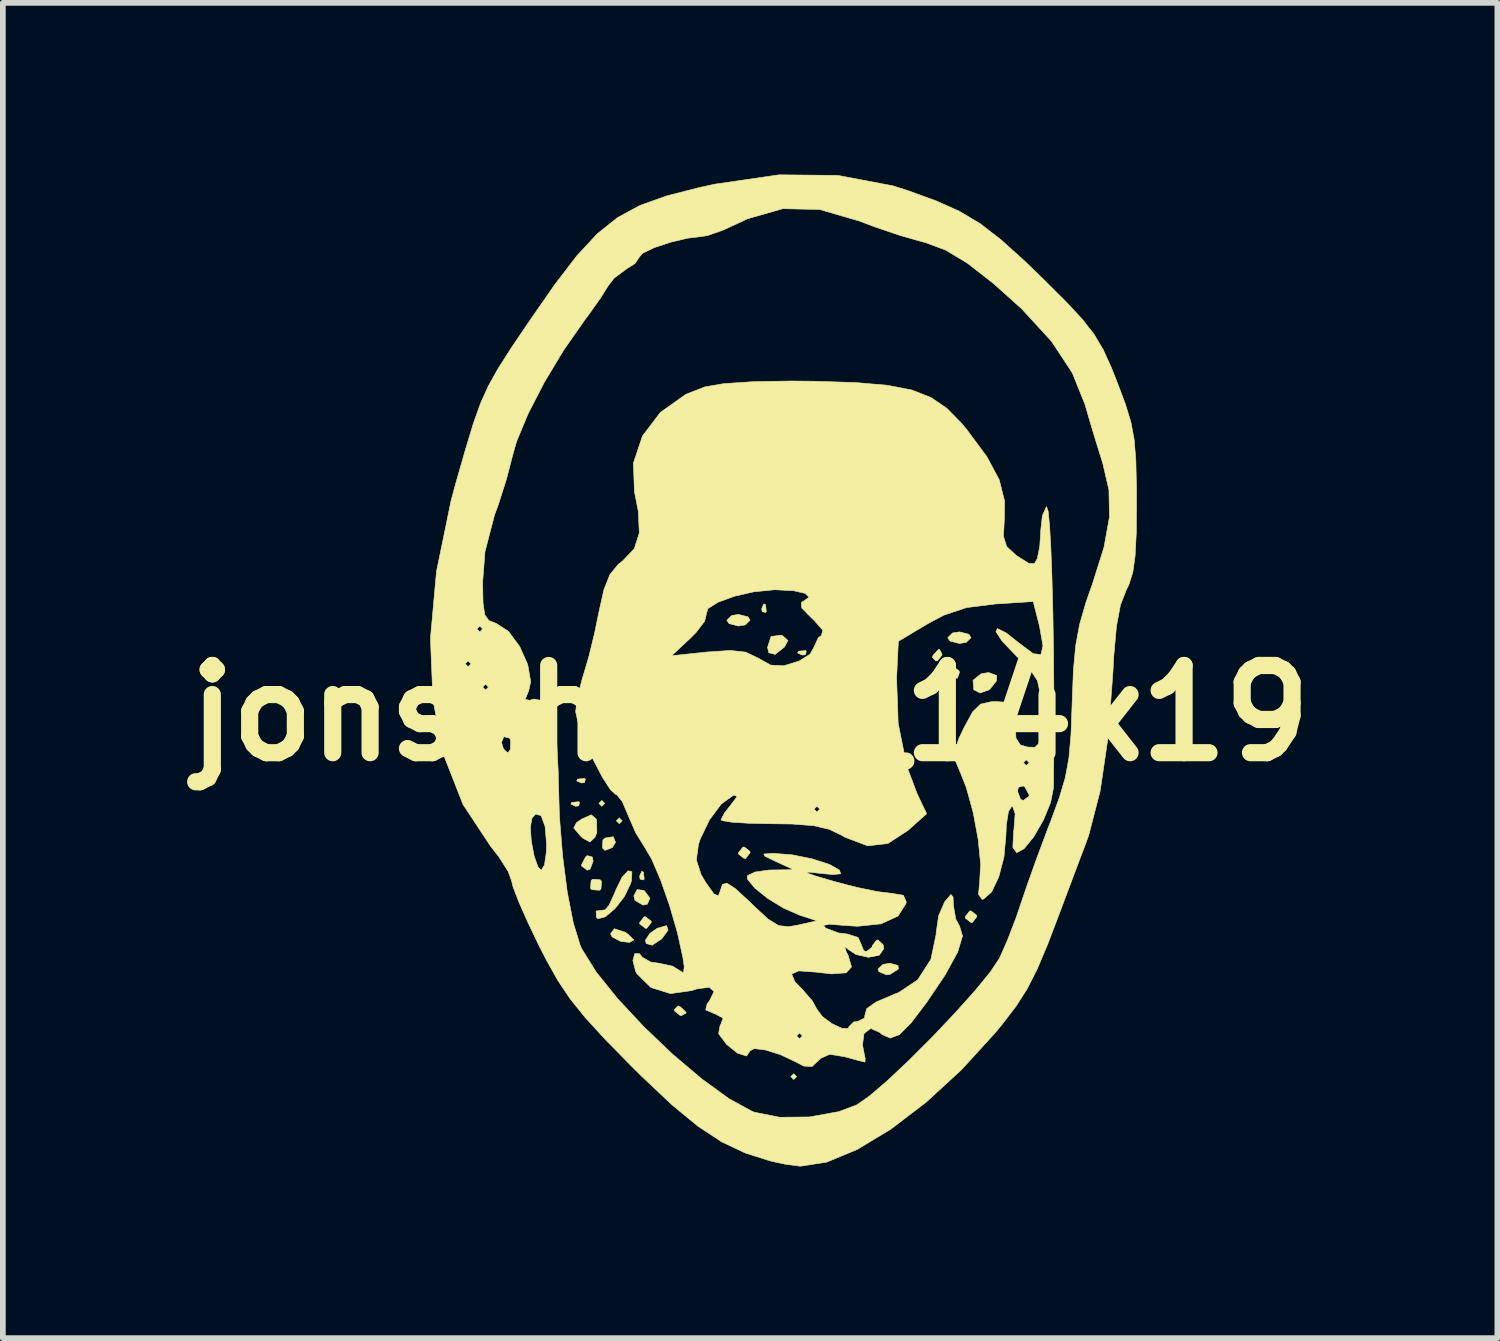
<source format=kicad_pcb>
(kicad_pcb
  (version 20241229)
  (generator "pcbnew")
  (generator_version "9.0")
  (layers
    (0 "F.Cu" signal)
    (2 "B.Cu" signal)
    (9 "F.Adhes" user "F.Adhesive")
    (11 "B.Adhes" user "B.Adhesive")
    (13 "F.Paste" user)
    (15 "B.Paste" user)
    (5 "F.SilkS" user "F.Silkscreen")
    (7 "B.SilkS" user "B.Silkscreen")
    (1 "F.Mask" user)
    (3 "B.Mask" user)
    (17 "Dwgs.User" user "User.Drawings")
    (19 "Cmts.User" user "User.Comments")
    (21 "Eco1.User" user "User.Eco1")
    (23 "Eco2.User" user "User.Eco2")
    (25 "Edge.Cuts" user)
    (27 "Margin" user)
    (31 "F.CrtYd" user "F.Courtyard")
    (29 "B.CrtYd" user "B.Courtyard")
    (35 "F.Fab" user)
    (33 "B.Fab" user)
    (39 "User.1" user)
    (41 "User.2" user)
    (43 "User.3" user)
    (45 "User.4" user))
  (footprint "jons_head_14x19"
    (layer "F.Cu")
    (at 10.058 9.414)
    (property "Reference" "jons_head_14x19" (at 0 0 0) (layer "F.SilkS") (effects (font (size 1.524 1.524) (thickness 0.3))))
    (attr through_hole)
    (fp_poly (pts (xy -2.54 1.575) (xy -2.591 1.626) (xy -2.642 1.575) (xy -2.591 1.524) (xy -2.54 1.575)) (stroke (width 0.01) (type solid)) (fill yes) (layer "F.SilkS"))
    (fp_poly (pts (xy -2.235 1.88) (xy -2.286 1.93) (xy -2.337 1.88) (xy -2.286 1.829) (xy -2.235 1.88)) (stroke (width 0.01) (type solid)) (fill yes) (layer "F.SilkS"))
    (fp_poly (pts (xy 0.813 6.35) (xy 0.762 6.401) (xy 0.711 6.35) (xy 0.762 6.299) (xy 0.813 6.35)) (stroke (width 0.01) (type solid)) (fill yes) (layer "F.SilkS"))
    (fp_poly (pts (xy -2.98 1.558) (xy -2.994 1.618) (xy -3.048 1.626) (xy -3.132 1.588) (xy -3.116 1.558) (xy -2.995 1.546) (xy -2.98 1.558)) (stroke (width 0.01) (type solid)) (fill yes) (layer "F.SilkS"))
    (fp_poly (pts (xy -2.879 1.151) (xy -2.893 1.212) (xy -2.946 1.219) (xy -3.03 1.182) (xy -3.014 1.151) (xy -2.894 1.139) (xy -2.879 1.151)) (stroke (width 0.01) (type solid)) (fill yes) (layer "F.SilkS"))
    (fp_poly (pts (xy -1.863 2.777) (xy -1.851 2.898) (xy -1.863 2.913) (xy -1.923 2.899) (xy -1.93 2.845) (xy -1.893 2.761) (xy -1.863 2.777)) (stroke (width 0.01) (type solid)) (fill yes) (layer "F.SilkS"))
    (fp_poly (pts (xy 0.271 -1.897) (xy 0.283 -1.776) (xy 0.271 -1.761) (xy 0.211 -1.775) (xy 0.203 -1.829) (xy 0.24 -1.912) (xy 0.271 -1.897)) (stroke (width 0.01) (type solid)) (fill yes) (layer "F.SilkS"))
    (fp_poly (pts (xy 0.982 -1.084) (xy 0.968 -1.023) (xy 0.914 -1.016) (xy 0.831 -1.053) (xy 0.847 -1.084) (xy 0.967 -1.096) (xy 0.982 -1.084)) (stroke (width 0.01) (type solid)) (fill yes) (layer "F.SilkS"))
    (fp_poly (pts (xy -2.352 2.256) (xy -2.408 2.347) (xy -2.536 2.397) (xy -2.581 2.353) (xy -2.572 2.215) (xy -2.535 2.181) (xy -2.391 2.158) (xy -2.352 2.256)) (stroke (width 0.01) (type solid)) (fill yes) (layer "F.SilkS"))
    (fp_poly (pts (xy -1.851 3.098) (xy -1.75 3.232) (xy -1.795 3.336) (xy -1.871 3.353) (xy -2.011 3.271) (xy -2.032 3.192) (xy -1.973 3.081) (xy -1.851 3.098)) (stroke (width 0.01) (type solid)) (fill yes) (layer "F.SilkS"))
    (fp_poly (pts (xy -2.758 2.512) (xy -2.743 2.585) (xy -2.796 2.724) (xy -2.845 2.743) (xy -2.943 2.67) (xy -2.946 2.648) (xy -2.873 2.51) (xy -2.845 2.489) (xy -2.758 2.512)) (stroke (width 0.01) (type solid)) (fill yes) (layer "F.SilkS"))
    (fp_poly (pts (xy -2.619 2.911) (xy -2.596 2.938) (xy -2.606 3.071) (xy -2.633 3.093) (xy -2.766 3.083) (xy -2.789 3.057) (xy -2.778 2.924) (xy -2.752 2.901) (xy -2.619 2.911)) (stroke (width 0.01) (type solid)) (fill yes) (layer "F.SilkS"))
    (fp_poly (pts (xy -2.186 3.827) (xy -2.137 3.857) (xy -2.032 3.961) (xy -2.106 4.005) (xy -2.261 3.987) (xy -2.411 3.909) (xy -2.438 3.853) (xy -2.372 3.766) (xy -2.186 3.827)) (stroke (width 0.01) (type solid)) (fill yes) (layer "F.SilkS"))
    (fp_poly (pts (xy -1.73 3.633) (xy -1.727 3.658) (xy -1.805 3.756) (xy -1.829 3.759) (xy -1.927 3.682) (xy -1.93 3.658) (xy -1.853 3.559) (xy -1.829 3.556) (xy -1.73 3.633)) (stroke (width 0.01) (type solid)) (fill yes) (layer "F.SilkS"))
    (fp_poly (pts (xy -1.433 3.789) (xy -1.544 3.942) (xy -1.712 4.054) (xy -1.816 4.024) (xy -1.829 3.966) (xy -1.75 3.846) (xy -1.626 3.759) (xy -1.46 3.711) (xy -1.433 3.789)) (stroke (width 0.01) (type solid)) (fill yes) (layer "F.SilkS"))
    (fp_poly (pts (xy -1.219 5.131) (xy -1.122 5.222) (xy -1.118 5.238) (xy -1.196 5.282) (xy -1.219 5.283) (xy -1.317 5.205) (xy -1.321 5.176) (xy -1.259 5.115) (xy -1.219 5.131)) (stroke (width 0.01) (type solid)) (fill yes) (layer "F.SilkS"))
    (fp_poly (pts (xy -0.038 -1.685) (xy 0 -1.626) (xy -0.085 -1.543) (xy -0.203 -1.524) (xy -0.368 -1.567) (xy -0.406 -1.626) (xy -0.321 -1.708) (xy -0.203 -1.727) (xy -0.038 -1.685)) (stroke (width 0.01) (type solid)) (fill yes) (layer "F.SilkS"))
    (fp_poly (pts (xy -0.003 2.414) (xy 0 2.438) (xy -0.077 2.537) (xy -0.102 2.54) (xy -0.2 2.463) (xy -0.203 2.438) (xy -0.126 2.34) (xy -0.102 2.337) (xy -0.003 2.414)) (stroke (width 0.01) (type solid)) (fill yes) (layer "F.SilkS"))
    (fp_poly (pts (xy 0.571 -1.353) (xy 0.661 -1.271) (xy 0.6 -1.157) (xy 0.438 -1.029) (xy 0.327 -1.057) (xy 0.305 -1.151) (xy 0.366 -1.341) (xy 0.538 -1.364) (xy 0.571 -1.353)) (stroke (width 0.01) (type solid)) (fill yes) (layer "F.SilkS"))
    (fp_poly (pts (xy 2.585 4.408) (xy 2.591 4.47) (xy 2.444 4.564) (xy 2.382 4.572) (xy 2.25 4.515) (xy 2.235 4.47) (xy 2.321 4.389) (xy 2.444 4.369) (xy 2.585 4.408)) (stroke (width 0.01) (type solid)) (fill yes) (layer "F.SilkS"))
    (fp_poly (pts (xy 3.352 -1.039) (xy 3.353 -1.016) (xy 3.275 -0.918) (xy 3.245 -0.914) (xy 3.185 -0.977) (xy 3.2 -1.016) (xy 3.292 -1.113) (xy 3.308 -1.118) (xy 3.352 -1.039)) (stroke (width 0.01) (type solid)) (fill yes) (layer "F.SilkS"))
    (fp_poly (pts (xy 3.653 -0.739) (xy 3.658 -0.711) (xy 3.623 -0.612) (xy 3.613 -0.61) (xy 3.526 -0.681) (xy 3.505 -0.711) (xy 3.513 -0.805) (xy 3.55 -0.813) (xy 3.653 -0.739)) (stroke (width 0.01) (type solid)) (fill yes) (layer "F.SilkS"))
    (fp_poly (pts (xy 3.823 -1.38) (xy 3.861 -1.321) (xy 3.776 -1.238) (xy 3.658 -1.219) (xy 3.493 -1.262) (xy 3.454 -1.321) (xy 3.539 -1.403) (xy 3.658 -1.422) (xy 3.823 -1.38)) (stroke (width 0.01) (type solid)) (fill yes) (layer "F.SilkS"))
    (fp_poly (pts (xy 3.959 3.532) (xy 3.962 3.556) (xy 3.885 3.655) (xy 3.861 3.658) (xy 3.762 3.58) (xy 3.759 3.556) (xy 3.837 3.457) (xy 3.861 3.454) (xy 3.959 3.532)) (stroke (width 0.01) (type solid)) (fill yes) (layer "F.SilkS"))
    (fp_poly (pts (xy 4.31 -0.659) (xy 4.307 -0.567) (xy 4.183 -0.412) (xy 4.019 -0.354) (xy 3.909 -0.411) (xy 3.896 -0.576) (xy 4.038 -0.69) (xy 4.168 -0.711) (xy 4.31 -0.659)) (stroke (width 0.01) (type solid)) (fill yes) (layer "F.SilkS"))
    (fp_poly (pts (xy -2.692 1.845) (xy -2.682 1.871) (xy -2.678 2.085) (xy -2.709 2.164) (xy -2.797 2.251) (xy -2.919 2.186) (xy -2.967 2.141) (xy -3.082 2.005) (xy -3.033 1.911) (xy -2.939 1.848) (xy -2.775 1.775) (xy -2.692 1.845)) (stroke (width 0.01) (type solid)) (fill yes) (layer "F.SilkS"))
    (fp_poly (pts (xy -2.065 2.768) (xy -2.074 2.928) (xy -2.086 2.972) (xy -2.195 3.2) (xy -2.358 3.411) (xy -2.528 3.556) (xy -2.658 3.591) (xy -2.686 3.567) (xy -2.691 3.456) (xy -2.533 3.436) (xy -2.464 3.355) (xy -2.369 3.147) (xy -2.348 3.093) (xy -2.238 2.867) (xy -2.132 2.753) (xy -2.065 2.768)) (stroke (width 0.01) (type solid)) (fill yes) (layer "F.SilkS"))
    (fp_poly (pts (xy 1.533 -9.399) (xy 2.495 -9.217) (xy 2.75 -9.136) (xy 3.253 -8.953) (xy 3.66 -8.771) (xy 4.02 -8.556) (xy 4.383 -8.276) (xy 4.801 -7.899) (xy 5.115 -7.595) (xy 5.518 -7.194) (xy 5.807 -6.884) (xy 6.013 -6.619) (xy 6.171 -6.353) (xy 6.314 -6.038) (xy 6.412 -5.791) (xy 6.558 -5.403) (xy 6.655 -5.086) (xy 6.712 -4.781) (xy 6.741 -4.422) (xy 6.752 -3.948) (xy 6.753 -3.708) (xy 6.749 -3.148) (xy 6.728 -2.748) (xy 6.688 -2.463) (xy 6.621 -2.251) (xy 6.573 -2.152) (xy 6.472 -1.892) (xy 6.402 -1.518) (xy 6.355 -0.993) (xy 6.341 -0.73) (xy 6.258 0.405) (xy 6.117 1.361) (xy 5.918 2.13) (xy 5.862 2.286) (xy 5.719 2.663) (xy 5.548 3.118) (xy 5.422 3.454) (xy 5.202 4.034) (xy 5.018 4.47) (xy 4.843 4.814) (xy 4.65 5.117) (xy 4.412 5.428) (xy 4.28 5.588) (xy 3.692 6.232) (xy 3.076 6.798) (xy 2.46 7.268) (xy 1.872 7.623) (xy 1.338 7.845) (xy 0.885 7.915) (xy 0.864 7.914) (xy 0.616 7.881) (xy 0.356 7.825) (xy -0.085 7.685) (xy -0.495 7.491) (xy -0.91 7.218) (xy -1.367 6.842) (xy -1.901 6.338) (xy -2.082 6.158) (xy -2.541 5.69) (xy -2.884 5.315) (xy -3.146 4.989) (xy -3.361 4.668) (xy -3.564 4.305) (xy -3.687 4.064) (xy -3.886 3.649) (xy -4.045 3.289) (xy -4.144 3.029) (xy -4.167 2.931) (xy -4.228 2.764) (xy -4.388 2.512) (xy -4.537 2.321) (xy -4.754 1.992) (xy -3.84 1.992) (xy -3.823 2.24) (xy -3.773 2.499) (xy -3.705 2.69) (xy -3.649 2.743) (xy -3.593 2.652) (xy -3.56 2.423) (xy -3.556 2.292) (xy -3.583 1.976) (xy -3.652 1.79) (xy -3.748 1.762) (xy -3.811 1.831) (xy -3.84 1.992) (xy -4.754 1.992) (xy -5.017 1.594) (xy -5.323 0.813) (xy -3.962 0.813) (xy -3.885 0.911) (xy -3.861 0.914) (xy -3.762 0.837) (xy -3.759 0.813) (xy -3.837 0.714) (xy -3.861 0.711) (xy -3.959 0.789) (xy -3.962 0.813) (xy -5.323 0.813) (xy -5.352 0.737) (xy -5.397 0.511) (xy -4.344 0.511) (xy -4.31 0.623) (xy -4.232 0.7) (xy -4.187 0.624) (xy -4.186 0.465) (xy -4.206 0.434) (xy -4.304 0.41) (xy -4.344 0.511) (xy -5.397 0.511) (xy -5.543 -0.236) (xy -5.551 -0.457) (xy -4.674 -0.457) (xy -4.623 -0.406) (xy -4.572 -0.457) (xy -4.623 -0.508) (xy -4.674 -0.457) (xy -5.551 -0.457) (xy -5.568 -0.864) (xy -4.978 -0.864) (xy -4.928 -0.813) (xy -4.877 -0.864) (xy -4.928 -0.914) (xy -4.978 -0.864) (xy -5.568 -0.864) (xy -5.586 -1.313) (xy -5.571 -1.473) (xy -4.775 -1.473) (xy -4.724 -1.422) (xy -4.674 -1.473) (xy -4.724 -1.524) (xy -4.775 -1.473) (xy -5.571 -1.473) (xy -5.498 -2.284) (xy -4.674 -2.284) (xy -4.667 -1.927) (xy -4.637 -1.722) (xy -4.566 -1.62) (xy -4.437 -1.57) (xy -4.437 -1.57) (xy -4.222 -1.431) (xy -4.027 -1.167) (xy -3.886 -0.851) (xy -3.834 -0.553) (xy -3.869 -0.392) (xy -3.93 -0.244) (xy -3.855 -0.226) (xy -3.779 -0.248) (xy -3.598 -0.215) (xy -3.466 0.013) (xy -3.384 0.432) (xy -3.352 1.04) (xy -3.352 1.107) (xy -3.332 1.801) (xy -3.277 2.49) (xy -3.195 3.126) (xy -3.09 3.663) (xy -2.97 4.054) (xy -2.943 4.115) (xy -2.691 4.521) (xy -2.315 4.988) (xy -1.855 5.481) (xy -1.351 5.962) (xy -0.842 6.392) (xy -0.367 6.737) (xy 0.035 6.957) (xy 0.077 6.973) (xy 0.516 7.06) (xy 1.038 7.055) (xy 1.55 6.962) (xy 1.863 6.845) (xy 2.084 6.691) (xy 2.402 6.419) (xy 2.78 6.062) (xy 3.184 5.658) (xy 3.578 5.242) (xy 3.929 4.851) (xy 4.2 4.519) (xy 4.357 4.284) (xy 4.358 4.283) (xy 4.498 3.966) (xy 4.65 3.569) (xy 4.723 3.353) (xy 4.845 2.995) (xy 5.011 2.531) (xy 5.192 2.045) (xy 5.25 1.896) (xy 5.405 1.473) (xy 5.509 1.123) (xy 5.572 0.777) (xy 5.608 0.366) (xy 5.628 -0.179) (xy 5.628 -0.186) (xy 5.65 -0.751) (xy 5.69 -1.183) (xy 5.759 -1.555) (xy 5.869 -1.936) (xy 5.98 -2.252) (xy 6.184 -2.897) (xy 6.28 -3.428) (xy 6.271 -3.902) (xy 6.162 -4.373) (xy 6.156 -4.391) (xy 6.044 -4.75) (xy 5.916 -5.177) (xy 5.854 -5.393) (xy 5.63 -5.95) (xy 5.267 -6.5) (xy 4.746 -7.068) (xy 4.255 -7.508) (xy 3.799 -7.864) (xy 3.419 -8.093) (xy 3.061 -8.226) (xy 3.02 -8.236) (xy 2.625 -8.348) (xy 2.171 -8.502) (xy 1.914 -8.6) (xy 1.216 -8.803) (xy 0.571 -8.817) (xy -0.043 -8.642) (xy -0.161 -8.586) (xy -0.472 -8.443) (xy -0.733 -8.351) (xy -0.837 -8.332) (xy -1.092 -8.302) (xy -1.393 -8.23) (xy -1.676 -8.136) (xy -1.875 -8.04) (xy -1.93 -7.979) (xy -2.012 -7.858) (xy -2.151 -7.771) (xy -2.376 -7.604) (xy -2.481 -7.468) (xy -2.607 -7.266) (xy -2.802 -6.99) (xy -2.9 -6.858) (xy -3.261 -6.34) (xy -3.598 -5.78) (xy -3.88 -5.232) (xy -4.08 -4.751) (xy -4.149 -4.51) (xy -4.257 -4.092) (xy -4.402 -3.638) (xy -4.466 -3.465) (xy -4.633 -2.823) (xy -4.674 -2.284) (xy -5.498 -2.284) (xy -5.48 -2.478) (xy -5.225 -3.717) (xy -5.145 -4.013) (xy -4.973 -4.612) (xy -4.836 -5.064) (xy -4.71 -5.417) (xy -4.573 -5.72) (xy -4.405 -6.021) (xy -4.184 -6.368) (xy -3.886 -6.81) (xy -3.871 -6.832) (xy -3.415 -7.488) (xy -3.027 -7.995) (xy -2.671 -8.378) (xy -2.314 -8.663) (xy -1.92 -8.876) (xy -1.454 -9.042) (xy -0.882 -9.188) (xy -0.609 -9.247) (xy 0.506 -9.409) (xy 1.533 -9.399)) (stroke (width 0.01) (type solid)) (fill yes) (layer "F.SilkS"))
    (fp_poly (pts (xy 1.118 -5.802) (xy 1.842 -5.779) (xy 2.4 -5.731) (xy 2.828 -5.648) (xy 3.162 -5.517) (xy 3.439 -5.328) (xy 3.694 -5.068) (xy 3.779 -4.967) (xy 4.138 -4.483) (xy 4.354 -4.078) (xy 4.447 -3.708) (xy 4.443 -3.385) (xy 4.427 -3.093) (xy 4.483 -2.914) (xy 4.643 -2.765) (xy 4.675 -2.742) (xy 4.871 -2.618) (xy 4.969 -2.616) (xy 5.019 -2.701) (xy 5.062 -2.912) (xy 5.08 -3.198) (xy 5.08 -3.203) (xy 5.108 -3.453) (xy 5.175 -3.602) (xy 5.182 -3.607) (xy 5.209 -3.527) (xy 5.234 -3.271) (xy 5.257 -2.866) (xy 5.276 -2.339) (xy 5.292 -1.718) (xy 5.303 -1.029) (xy 5.309 -0.301) (xy 5.31 0.441) (xy 5.303 1.169) (xy 5.301 1.306) (xy 5.25 1.566) (xy 5.124 1.87) (xy 4.958 2.158) (xy 4.788 2.367) (xy 4.659 2.438) (xy 4.592 2.345) (xy 4.605 2.068) (xy 4.611 2.032) (xy 4.632 1.756) (xy 4.589 1.63) (xy 4.573 1.626) (xy 4.515 1.717) (xy 4.478 1.951) (xy 4.47 2.139) (xy 4.436 2.515) (xy 4.345 2.862) (xy 4.22 3.124) (xy 4.079 3.248) (xy 4.053 3.251) (xy 3.992 3.165) (xy 4.011 2.955) (xy 4.029 2.641) (xy 3.987 2.211) (xy 3.9 1.74) (xy 3.797 1.366) (xy 4.674 1.366) (xy 4.727 1.505) (xy 4.775 1.524) (xy 4.874 1.451) (xy 4.877 1.428) (xy 4.803 1.291) (xy 4.775 1.27) (xy 4.688 1.293) (xy 4.674 1.366) (xy 3.797 1.366) (xy 3.78 1.304) (xy 3.683 1.056) (xy 3.602 0.864) (xy 4.775 0.864) (xy 4.826 0.914) (xy 4.877 0.864) (xy 4.826 0.813) (xy 4.775 0.864) (xy 3.602 0.864) (xy 3.59 0.835) (xy 3.576 0.66) (xy 3.647 0.446) (xy 3.738 0.253) (xy 3.889 -0.024) (xy 4.027 -0.159) (xy 4.213 -0.201) (xy 4.303 -0.203) (xy 4.527 -0.189) (xy 4.621 -0.107) (xy 4.636 0.103) (xy 4.634 0.178) (xy 4.646 0.435) (xy 4.724 0.555) (xy 4.851 0.591) (xy 4.978 0.595) (xy 5.046 0.53) (xy 5.074 0.351) (xy 5.08 0.014) (xy 5.08 0.011) (xy 5.071 -0.34) (xy 5.022 -0.569) (xy 4.896 -0.76) (xy 4.661 -0.993) (xy 4.649 -1.004) (xy 4.404 -1.26) (xy 4.296 -1.425) (xy 4.321 -1.48) (xy 4.474 -1.405) (xy 4.704 -1.223) (xy 4.947 -1.042) (xy 5.082 -1.025) (xy 5.118 -1.179) (xy 5.06 -1.51) (xy 5.048 -1.559) (xy 4.948 -1.952) (xy 4.278 -1.909) (xy 3.785 -1.847) (xy 3.381 -1.712) (xy 3.099 -1.561) (xy 2.591 -1.257) (xy 2.56 -0.614) (xy 2.588 0.178) (xy 2.738 0.927) (xy 2.916 1.4) (xy 3.085 1.756) (xy 2.76 2.047) (xy 2.407 2.277) (xy 2.054 2.317) (xy 1.661 2.168) (xy 1.603 2.134) (xy 1.382 2.028) (xy 1.113 1.965) (xy 0.737 1.936) (xy 0.381 1.931) (xy -0.016 1.923) (xy -0.321 1.904) (xy -0.489 1.876) (xy -0.508 1.862) (xy -0.448 1.743) (xy -0.395 1.676) (xy 1.118 1.676) (xy 1.168 1.727) (xy 1.219 1.676) (xy 1.168 1.626) (xy 1.118 1.676) (xy -0.395 1.676) (xy -0.33 1.593) (xy -0.227 1.455) (xy -0.273 1.432) (xy -0.299 1.439) (xy -0.503 1.586) (xy -0.71 1.863) (xy -0.873 2.202) (xy -0.903 2.297) (xy -0.939 2.564) (xy -0.858 2.817) (xy -0.777 2.955) (xy -0.633 3.157) (xy -0.555 3.19) (xy -0.527 3.122) (xy -0.484 2.992) (xy -0.405 2.969) (xy -0.256 3.066) (xy -0.007 3.296) (xy 0.061 3.363) (xy 0.315 3.598) (xy 0.498 3.711) (xy 0.674 3.73) (xy 0.827 3.704) (xy 1.168 3.627) (xy 0.864 3.528) (xy 0.585 3.406) (xy 0.308 3.236) (xy 0.082 3.055) (xy -0.043 2.903) (xy -0.047 2.838) (xy 0.085 2.775) (xy 0.333 2.74) (xy 0.387 2.739) (xy 0.762 2.734) (xy 0.457 2.594) (xy 0.26 2.499) (xy 0.239 2.46) (xy 0.384 2.45) (xy 0.406 2.449) (xy 0.728 2.473) (xy 1.083 2.544) (xy 1.389 2.643) (xy 1.562 2.741) (xy 1.582 2.806) (xy 1.444 2.819) (xy 1.219 2.797) (xy 1.023 2.776) (xy 0.993 2.79) (xy 1.14 2.843) (xy 1.473 2.941) (xy 1.87 3.044) (xy 2.229 3.118) (xy 2.471 3.147) (xy 2.471 3.147) (xy 2.679 3.181) (xy 2.729 3.295) (xy 2.724 3.325) (xy 2.586 3.543) (xy 2.292 3.68) (xy 1.879 3.723) (xy 1.676 3.71) (xy 1.385 3.687) (xy 1.281 3.708) (xy 1.321 3.755) (xy 1.546 3.84) (xy 1.702 3.859) (xy 1.887 3.918) (xy 1.93 4.013) (xy 1.985 4.148) (xy 2.032 4.166) (xy 2.131 4.088) (xy 2.134 4.064) (xy 2.211 3.965) (xy 2.235 3.962) (xy 2.325 4.045) (xy 2.337 4.115) (xy 2.256 4.23) (xy 2.067 4.265) (xy 1.85 4.216) (xy 1.735 4.14) (xy 1.652 4.076) (xy 1.677 4.159) (xy 1.715 4.236) (xy 1.772 4.433) (xy 1.68 4.536) (xy 1.423 4.555) (xy 1.161 4.525) (xy 0.851 4.502) (xy 0.726 4.557) (xy 0.783 4.693) (xy 0.912 4.824) (xy 1.086 5.024) (xy 1.166 5.17) (xy 1.263 5.301) (xy 1.431 5.425) (xy 1.604 5.506) (xy 1.715 5.508) (xy 1.727 5.477) (xy 1.81 5.395) (xy 1.88 5.385) (xy 2 5.327) (xy 2.007 5.274) (xy 2.038 5.162) (xy 2.204 5.045) (xy 2.535 4.904) (xy 2.597 4.881) (xy 2.93 4.658) (xy 3.16 4.3) (xy 3.251 3.864) (xy 3.251 3.839) (xy 3.295 3.538) (xy 3.399 3.298) (xy 3.4 3.296) (xy 3.51 3.167) (xy 3.547 3.212) (xy 3.553 3.358) (xy 3.594 3.597) (xy 3.661 3.722) (xy 3.712 3.892) (xy 3.628 4.173) (xy 3.406 4.578) (xy 3.089 5.048) (xy 2.813 5.412) (xy 2.609 5.616) (xy 2.449 5.677) (xy 2.306 5.614) (xy 2.264 5.577) (xy 2.107 5.508) (xy 1.991 5.597) (xy 1.964 5.799) (xy 1.975 5.853) (xy 2.011 6.036) (xy 2.008 6.096) (xy 1.902 6.071) (xy 1.681 6.01) (xy 1.656 6.003) (xy 1.392 5.96) (xy 1.232 6.031) (xy 1.212 6.054) (xy 1.08 6.175) (xy 0.936 6.165) (xy 0.78 6.084) (xy 0.527 5.965) (xy 0.27 5.885) (xy 0.073 5.86) (xy 0 5.9) (xy -0.061 5.99) (xy -0.219 5.941) (xy -0.413 5.784) (xy -0.521 5.639) (xy 0.813 5.639) (xy 0.864 5.69) (xy 0.914 5.639) (xy 0.864 5.588) (xy 0.813 5.639) (xy -0.521 5.639) (xy -0.55 5.599) (xy -0.524 5.455) (xy -0.513 5.441) (xy -0.472 5.327) (xy -0.611 5.254) (xy -0.624 5.25) (xy -0.776 5.185) (xy -0.75 5.078) (xy -0.713 5.032) (xy -0.63 4.864) (xy -0.711 4.788) (xy -0.935 4.818) (xy -1.02 4.847) (xy -1.392 4.899) (xy -1.733 4.793) (xy -1.977 4.553) (xy -2.001 4.507) (xy -2.048 4.321) (xy -2.016 4.201) (xy -1.933 4.202) (xy -1.881 4.266) (xy -1.738 4.348) (xy -1.589 4.369) (xy -1.351 4.421) (xy -1.238 4.493) (xy -1.162 4.536) (xy -1.151 4.427) (xy -1.175 4.264) (xy -1.272 3.827) (xy -1.409 3.355) (xy -1.566 2.908) (xy -1.72 2.549) (xy -1.83 2.362) (xy -1.998 2.091) (xy -2.135 1.775) (xy -2.136 1.772) (xy -2.234 1.542) (xy -2.329 1.426) (xy -2.343 1.422) (xy -2.441 1.336) (xy -2.583 1.114) (xy -2.741 0.812) (xy -2.889 0.485) (xy -3 0.188) (xy -3.048 -0.024) (xy -3.048 -0.035) (xy -3.014 -0.291) (xy -2.931 -0.611) (xy -2.911 -0.673) (xy -2.819 -0.985) (xy -2.814 -1.005) (xy -1.372 -1.005) (xy -0.742 -1.071) (xy -0.343 -1.097) (xy -0.078 -1.068) (xy 0.115 -0.977) (xy 0.119 -0.975) (xy 0.359 -0.842) (xy 0.587 -0.829) (xy 0.857 -0.912) (xy 1.049 -1.033) (xy 1.118 -1.157) (xy 1.193 -1.323) (xy 1.245 -1.357) (xy 1.271 -1.45) (xy 1.116 -1.627) (xy 1.081 -1.658) (xy 0.903 -1.838) (xy 0.895 -1.937) (xy 0.928 -1.955) (xy 1.031 -2.027) (xy 0.964 -2.094) (xy 0.76 -2.141) (xy 0.45 -2.157) (xy 0.417 -2.157) (xy 0.065 -2.122) (xy -0.278 -2.043) (xy -0.562 -1.939) (xy -0.739 -1.827) (xy -0.765 -1.732) (xy -0.794 -1.609) (xy -0.942 -1.414) (xy -1.037 -1.318) (xy -1.372 -1.005) (xy -2.814 -1.005) (xy -2.718 -1.399) (xy -2.644 -1.759) (xy -2.554 -2.161) (xy -2.451 -2.421) (xy -2.306 -2.6) (xy -2.222 -2.667) (xy -2.024 -2.875) (xy -1.936 -3.149) (xy -1.954 -3.531) (xy -2.021 -3.873) (xy -2.039 -4.372) (xy -1.88 -4.846) (xy -1.567 -5.258) (xy -1.125 -5.572) (xy -0.791 -5.703) (xy -0.458 -5.76) (xy 0.054 -5.794) (xy 0.72 -5.806) (xy 1.118 -5.802)) (stroke (width 0.01) (type solid)) (fill yes) (layer "F.SilkS")))
  (gr_rect
    (start -3 -3)
    (end 23.117 20.334)
    (stroke (width 0.1) (type default))
    (fill no)
    (layer "Edge.Cuts")))
</source>
